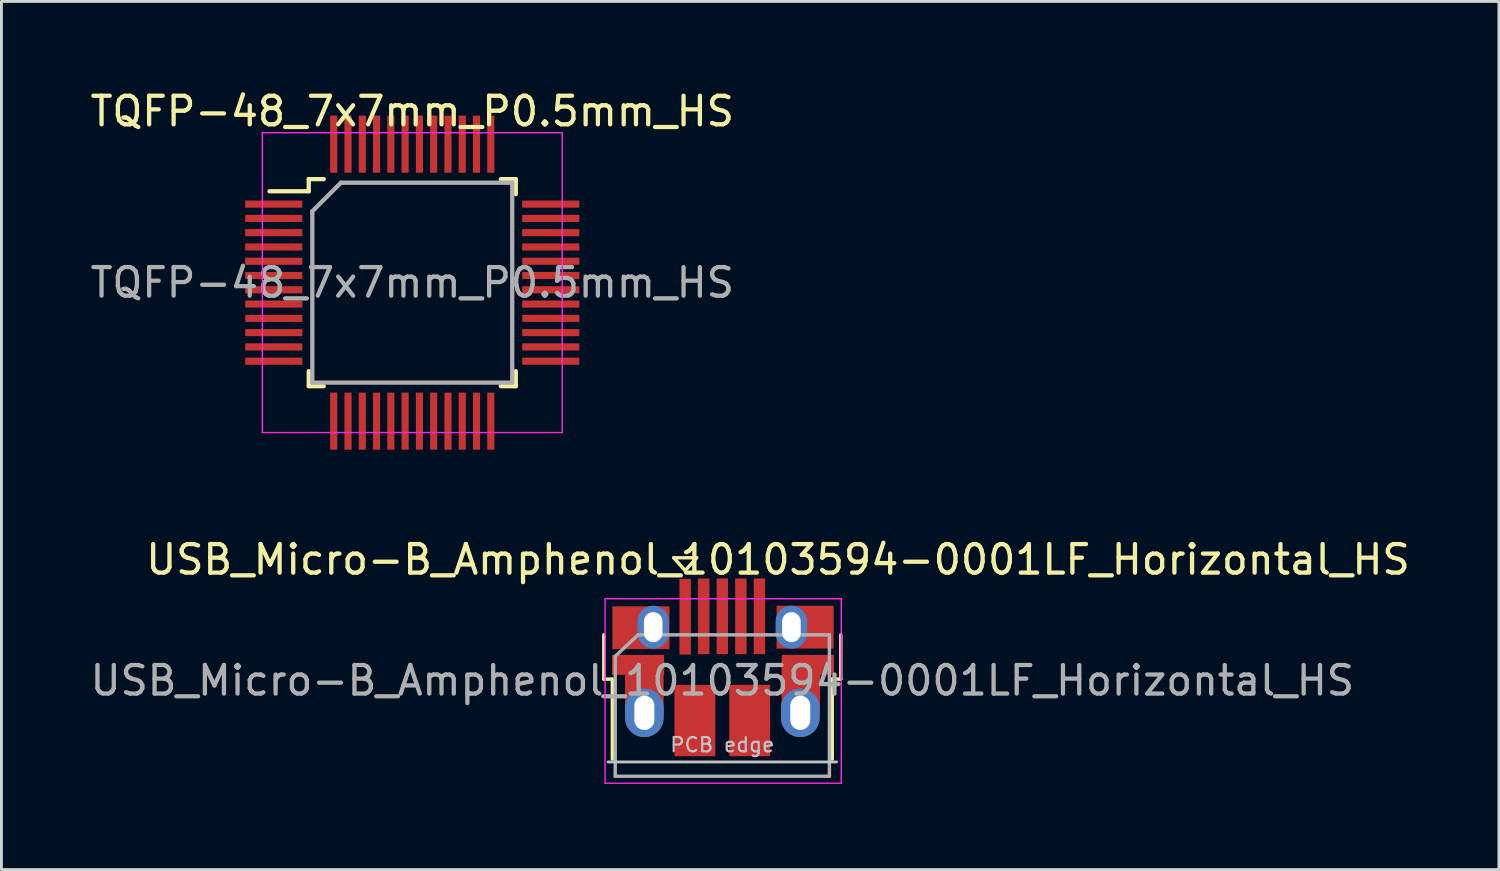
<source format=kicad_pcb>
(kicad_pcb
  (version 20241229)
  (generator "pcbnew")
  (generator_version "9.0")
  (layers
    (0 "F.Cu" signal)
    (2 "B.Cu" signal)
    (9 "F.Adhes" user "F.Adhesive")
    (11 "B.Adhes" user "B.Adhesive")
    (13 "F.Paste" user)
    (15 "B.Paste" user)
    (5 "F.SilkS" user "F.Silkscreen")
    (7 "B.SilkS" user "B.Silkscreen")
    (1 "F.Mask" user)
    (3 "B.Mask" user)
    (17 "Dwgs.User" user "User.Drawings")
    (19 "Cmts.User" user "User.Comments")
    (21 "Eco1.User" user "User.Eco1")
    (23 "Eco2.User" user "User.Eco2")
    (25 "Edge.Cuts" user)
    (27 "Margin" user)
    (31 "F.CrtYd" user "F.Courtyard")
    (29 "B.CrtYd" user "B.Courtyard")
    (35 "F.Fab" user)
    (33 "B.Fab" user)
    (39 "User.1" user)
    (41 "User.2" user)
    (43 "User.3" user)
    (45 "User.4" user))
  (footprint "TQFP-48_7x7mm_P0.5mm_HS"
    (layer "F.Cu")
    (at 11.387 6.848)
    (property "Reference" "TQFP-48_7x7mm_P0.5mm_HS" (at 0 -6 0) (layer "F.SilkS") (effects (font (size 1 1) (thickness 0.15))))
    (attr smd)
    (fp_line (start -3.625 -3.625) (end -3.625 -3.2) (stroke (width 0.15) (type solid)) (layer "F.SilkS"))
    (fp_line (start -3.625 -3.625) (end -3.1 -3.625) (stroke (width 0.15) (type solid)) (layer "F.SilkS"))
    (fp_line (start -3.625 -3.2) (end -5 -3.2) (stroke (width 0.15) (type solid)) (layer "F.SilkS"))
    (fp_line (start -3.625 3.625) (end -3.625 3.1) (stroke (width 0.15) (type solid)) (layer "F.SilkS"))
    (fp_line (start -3.625 3.625) (end -3.1 3.625) (stroke (width 0.15) (type solid)) (layer "F.SilkS"))
    (fp_line (start 3.625 -3.625) (end 3.1 -3.625) (stroke (width 0.15) (type solid)) (layer "F.SilkS"))
    (fp_line (start 3.625 -3.625) (end 3.625 -3.1) (stroke (width 0.15) (type solid)) (layer "F.SilkS"))
    (fp_line (start 3.625 3.625) (end 3.1 3.625) (stroke (width 0.15) (type solid)) (layer "F.SilkS"))
    (fp_line (start 3.625 3.625) (end 3.625 3.1) (stroke (width 0.15) (type solid)) (layer "F.SilkS"))
    (fp_line (start -5.25 -5.25) (end -5.25 5.25) (stroke (width 0.05) (type solid)) (layer "F.CrtYd"))
    (fp_line (start -5.25 -5.25) (end 5.25 -5.25) (stroke (width 0.05) (type solid)) (layer "F.CrtYd"))
    (fp_line (start -5.25 5.25) (end 5.25 5.25) (stroke (width 0.05) (type solid)) (layer "F.CrtYd"))
    (fp_line (start 5.25 -5.25) (end 5.25 5.25) (stroke (width 0.05) (type solid)) (layer "F.CrtYd"))
    (fp_line (start -3.5 -2.5) (end -2.5 -3.5) (stroke (width 0.15) (type solid)) (layer "F.Fab"))
    (fp_line (start -3.5 3.5) (end -3.5 -2.5) (stroke (width 0.15) (type solid)) (layer "F.Fab"))
    (fp_line (start -2.5 -3.5) (end 3.5 -3.5) (stroke (width 0.15) (type solid)) (layer "F.Fab"))
    (fp_line (start 3.5 -3.5) (end 3.5 3.5) (stroke (width 0.15) (type solid)) (layer "F.Fab"))
    (fp_line (start 3.5 3.5) (end -3.5 3.5) (stroke (width 0.15) (type solid)) (layer "F.Fab"))
    (fp_text user "${REFERENCE}" (at 0 0 0) (layer "F.Fab") (effects (font (size 1 1) (thickness 0.15))))
    (pad "1" smd rect (at -4.85 -2.75) (size 2 0.25) (layers "F.Cu" "F.Mask" "F.Paste"))
    (pad "2" smd rect (at -4.85 -2.25) (size 2 0.25) (layers "F.Cu" "F.Mask" "F.Paste"))
    (pad "3" smd rect (at -4.85 -1.75) (size 2 0.25) (layers "F.Cu" "F.Mask" "F.Paste"))
    (pad "4" smd rect (at -4.85 -1.25) (size 2 0.25) (layers "F.Cu" "F.Mask" "F.Paste"))
    (pad "5" smd rect (at -4.85 -0.75) (size 2 0.25) (layers "F.Cu" "F.Mask" "F.Paste"))
    (pad "6" smd rect (at -4.85 -0.25) (size 2 0.25) (layers "F.Cu" "F.Mask" "F.Paste"))
    (pad "7" smd rect (at -4.85 0.25) (size 2 0.25) (layers "F.Cu" "F.Mask" "F.Paste"))
    (pad "8" smd rect (at -4.85 0.75) (size 2 0.25) (layers "F.Cu" "F.Mask" "F.Paste"))
    (pad "9" smd rect (at -4.85 1.25) (size 2 0.25) (layers "F.Cu" "F.Mask" "F.Paste"))
    (pad "10" smd rect (at -4.85 1.75) (size 2 0.25) (layers "F.Cu" "F.Mask" "F.Paste"))
    (pad "11" smd rect (at -4.85 2.25) (size 2 0.25) (layers "F.Cu" "F.Mask" "F.Paste"))
    (pad "12" smd rect (at -4.85 2.75) (size 2 0.25) (layers "F.Cu" "F.Mask" "F.Paste"))
    (pad "13" smd rect (at -2.75 4.85 90) (size 2 0.25) (layers "F.Cu" "F.Mask" "F.Paste"))
    (pad "14" smd rect (at -2.25 4.85 90) (size 2 0.25) (layers "F.Cu" "F.Mask" "F.Paste"))
    (pad "15" smd rect (at -1.75 4.85 90) (size 2 0.25) (layers "F.Cu" "F.Mask" "F.Paste"))
    (pad "16" smd rect (at -1.25 4.85 90) (size 2 0.25) (layers "F.Cu" "F.Mask" "F.Paste"))
    (pad "17" smd rect (at -0.75 4.85 90) (size 2 0.25) (layers "F.Cu" "F.Mask" "F.Paste"))
    (pad "18" smd rect (at -0.25 4.85 90) (size 2 0.25) (layers "F.Cu" "F.Mask" "F.Paste"))
    (pad "19" smd rect (at 0.25 4.85 90) (size 2 0.25) (layers "F.Cu" "F.Mask" "F.Paste"))
    (pad "20" smd rect (at 0.75 4.85 90) (size 2 0.25) (layers "F.Cu" "F.Mask" "F.Paste"))
    (pad "21" smd rect (at 1.25 4.85 90) (size 2 0.25) (layers "F.Cu" "F.Mask" "F.Paste"))
    (pad "22" smd rect (at 1.75 4.85 90) (size 2 0.25) (layers "F.Cu" "F.Mask" "F.Paste"))
    (pad "23" smd rect (at 2.25 4.85 90) (size 2 0.25) (layers "F.Cu" "F.Mask" "F.Paste"))
    (pad "24" smd rect (at 2.75 4.85 90) (size 2 0.25) (layers "F.Cu" "F.Mask" "F.Paste"))
    (pad "25" smd rect (at 4.85 2.75) (size 2 0.25) (layers "F.Cu" "F.Mask" "F.Paste"))
    (pad "26" smd rect (at 4.85 2.25) (size 2 0.25) (layers "F.Cu" "F.Mask" "F.Paste"))
    (pad "27" smd rect (at 4.85 1.75) (size 2 0.25) (layers "F.Cu" "F.Mask" "F.Paste"))
    (pad "28" smd rect (at 4.85 1.25) (size 2 0.25) (layers "F.Cu" "F.Mask" "F.Paste"))
    (pad "29" smd rect (at 4.85 0.75) (size 2 0.25) (layers "F.Cu" "F.Mask" "F.Paste"))
    (pad "30" smd rect (at 4.85 0.25) (size 2 0.25) (layers "F.Cu" "F.Mask" "F.Paste"))
    (pad "31" smd rect (at 4.85 -0.25) (size 2 0.25) (layers "F.Cu" "F.Mask" "F.Paste"))
    (pad "32" smd rect (at 4.85 -0.75) (size 2 0.25) (layers "F.Cu" "F.Mask" "F.Paste"))
    (pad "33" smd rect (at 4.85 -1.25) (size 2 0.25) (layers "F.Cu" "F.Mask" "F.Paste"))
    (pad "34" smd rect (at 4.85 -1.75) (size 2 0.25) (layers "F.Cu" "F.Mask" "F.Paste"))
    (pad "35" smd rect (at 4.85 -2.25) (size 2 0.25) (layers "F.Cu" "F.Mask" "F.Paste"))
    (pad "36" smd rect (at 4.85 -2.75) (size 2 0.25) (layers "F.Cu" "F.Mask" "F.Paste"))
    (pad "37" smd rect (at 2.75 -4.85 90) (size 2 0.25) (layers "F.Cu" "F.Mask" "F.Paste"))
    (pad "38" smd rect (at 2.25 -4.85 90) (size 2 0.25) (layers "F.Cu" "F.Mask" "F.Paste"))
    (pad "39" smd rect (at 1.75 -4.85 90) (size 2 0.25) (layers "F.Cu" "F.Mask" "F.Paste"))
    (pad "40" smd rect (at 1.25 -4.85 90) (size 2 0.25) (layers "F.Cu" "F.Mask" "F.Paste"))
    (pad "41" smd rect (at 0.75 -4.85 90) (size 2 0.25) (layers "F.Cu" "F.Mask" "F.Paste"))
    (pad "42" smd rect (at 0.25 -4.85 90) (size 2 0.25) (layers "F.Cu" "F.Mask" "F.Paste"))
    (pad "43" smd rect (at -0.25 -4.85 90) (size 2 0.25) (layers "F.Cu" "F.Mask" "F.Paste"))
    (pad "44" smd rect (at -0.75 -4.85 90) (size 2 0.25) (layers "F.Cu" "F.Mask" "F.Paste"))
    (pad "45" smd rect (at -1.25 -4.85 90) (size 2 0.25) (layers "F.Cu" "F.Mask" "F.Paste"))
    (pad "46" smd rect (at -1.75 -4.85 90) (size 2 0.25) (layers "F.Cu" "F.Mask" "F.Paste"))
    (pad "47" smd rect (at -2.25 -4.85 90) (size 2 0.25) (layers "F.Cu" "F.Mask" "F.Paste"))
    (pad "48" smd rect (at -2.75 -4.85 90) (size 2 0.25) (layers "F.Cu" "F.Mask" "F.Paste")))
  (footprint "USB_Micro-B_Amphenol_10103594-0001LF_Horizontal_HS"
    (layer "F.Cu")
    (at 22.269 20.797)
    (property "Reference" "USB_Micro-B_Amphenol_10103594-0001LF_Horizontal_HS" (at 1.925 -4.25 0) (layer "F.SilkS") (effects (font (size 1 1) (thickness 0.15))))
    (attr smd)
    (fp_line (start -4.175 -0.065) (end -4.175 -1.615) (stroke (width 0.12) (type solid)) (layer "F.SilkS"))
    (fp_line (start -4.175 -0.065) (end -3.875 -0.065) (stroke (width 0.12) (type solid)) (layer "F.SilkS"))
    (fp_line (start -3.875 2.735) (end -3.875 -0.065) (stroke (width 0.12) (type solid)) (layer "F.SilkS"))
    (fp_line (start -1.725 -4.315) (end -0.925 -4.315) (stroke (width 0.12) (type solid)) (layer "F.SilkS"))
    (fp_line (start -1.325 -3.865) (end -1.725 -4.315) (stroke (width 0.12) (type solid)) (layer "F.SilkS"))
    (fp_line (start -0.925 -4.315) (end -1.325 -3.865) (stroke (width 0.12) (type solid)) (layer "F.SilkS"))
    (fp_line (start 3.825 -0.065) (end 4.125 -0.065) (stroke (width 0.12) (type solid)) (layer "F.SilkS"))
    (fp_line (start 3.825 2.735) (end 3.825 -0.065) (stroke (width 0.12) (type solid)) (layer "F.SilkS"))
    (fp_line (start 4.125 -0.065) (end 4.125 -1.615) (stroke (width 0.12) (type solid)) (layer "F.SilkS"))
    (fp_line (start -4.025 2.835) (end 3.975 2.835) (stroke (width 0.1) (type solid)) (layer "Dwgs.User"))
    (fp_line (start -4.13 -2.88) (end -4.13 3.58) (stroke (width 0.05) (type solid)) (layer "F.CrtYd"))
    (fp_line (start -4.13 -2.88) (end 4.14 -2.88) (stroke (width 0.05) (type solid)) (layer "F.CrtYd"))
    (fp_line (start 4.14 3.58) (end -4.13 3.58) (stroke (width 0.05) (type solid)) (layer "F.CrtYd"))
    (fp_line (start 4.14 3.58) (end 4.14 -2.88) (stroke (width 0.05) (type solid)) (layer "F.CrtYd"))
    (fp_line (start -3.775 -0.865) (end -2.975 -1.615) (stroke (width 0.12) (type solid)) (layer "F.Fab"))
    (fp_line (start -3.775 3.335) (end -3.775 -0.865) (stroke (width 0.12) (type solid)) (layer "F.Fab"))
    (fp_line (start -2.975 -1.615) (end 3.725 -1.615) (stroke (width 0.12) (type solid)) (layer "F.Fab"))
    (fp_line (start 3.725 -1.615) (end 3.725 3.335) (stroke (width 0.12) (type solid)) (layer "F.Fab"))
    (fp_line (start 3.725 3.335) (end -3.775 3.335) (stroke (width 0.12) (type solid)) (layer "F.Fab"))
    (fp_text user "PCB edge" (at -0.025 2.235 0) (layer "Dwgs.User") (effects (font (size 0.5 0.5) (thickness 0.075))))
    (fp_text user "${REFERENCE}" (at -0.025 -0.015 0) (layer "F.Fab") (effects (font (size 1 1) (thickness 0.15))))
    (pad "1" smd rect (at -1.325 -2.25 90) (size 2.65 0.4) (layers "F.Cu" "F.Mask" "F.Paste"))
    (pad "2" smd rect (at -0.675 -2.265 90) (size 2.65 0.4) (layers "F.Cu" "F.Mask" "F.Paste"))
    (pad "3" smd rect (at -0.025 -2.265 90) (size 2.65 0.4) (layers "F.Cu" "F.Mask" "F.Paste"))
    (pad "4" smd rect (at 0.625 -2.265 90) (size 2.65 0.4) (layers "F.Cu" "F.Mask" "F.Paste"))
    (pad "5" smd rect (at 1.275 -2.265 90) (size 2.65 0.4) (layers "F.Cu" "F.Mask" "F.Paste"))
    (pad "6" smd rect (at -2.975 -0.565) (size 1.825 0.7) (layers "F.Cu" "F.Mask" "F.Paste"))
    (pad "6" smd rect (at -2.875 -1.865) (size 2 1.5) (layers "F.Cu" "F.Mask" "F.Paste"))
    (pad "6" smd rect (at -2.755 0.185) (size 1.35 2) (layers "F.Cu" "F.Mask" "F.Paste"))
    (pad "6" thru_hole oval (at -2.755 1.115 90) (size 1.7 1.35) (drill oval 1.2 0.7) (layers "*.Cu" "*.Mask"))
    (pad "6" thru_hole oval (at -2.445 -1.885 90) (size 1.5 1.1) (drill oval 1.05 0.65) (layers "*.Cu" "*.Mask"))
    (pad "6" smd rect (at -0.985 1.385 90) (size 2.5 1.43) (layers "F.Cu" "F.Mask" "F.Paste"))
    (pad "6" smd rect (at 0.935 1.385 90) (size 2.5 1.43) (layers "F.Cu" "F.Mask" "F.Paste"))
    (pad "6" thru_hole oval (at 2.395 -1.885 90) (size 1.5 1.1) (drill oval 1.05 0.65) (layers "*.Cu" "*.Mask"))
    (pad "6" thru_hole oval (at 2.705 1.115 90) (size 1.7 1.35) (drill oval 1.2 0.7) (layers "*.Cu" "*.Mask"))
    (pad "6" smd rect (at 2.725 0.185) (size 1.35 2) (layers "F.Cu" "F.Mask" "F.Paste"))
    (pad "6" smd rect (at 2.875 -1.885) (size 2 1.5) (layers "F.Cu" "F.Mask" "F.Paste"))
    (pad "6" smd rect (at 2.975 -0.565) (size 1.825 0.7) (layers "F.Cu" "F.Mask" "F.Paste")))
  (gr_rect
    (start -3 -3)
    (end 49.438 27.401)
    (stroke (width 0.1) (type default))
    (fill no)
    (layer "Edge.Cuts")))
</source>
